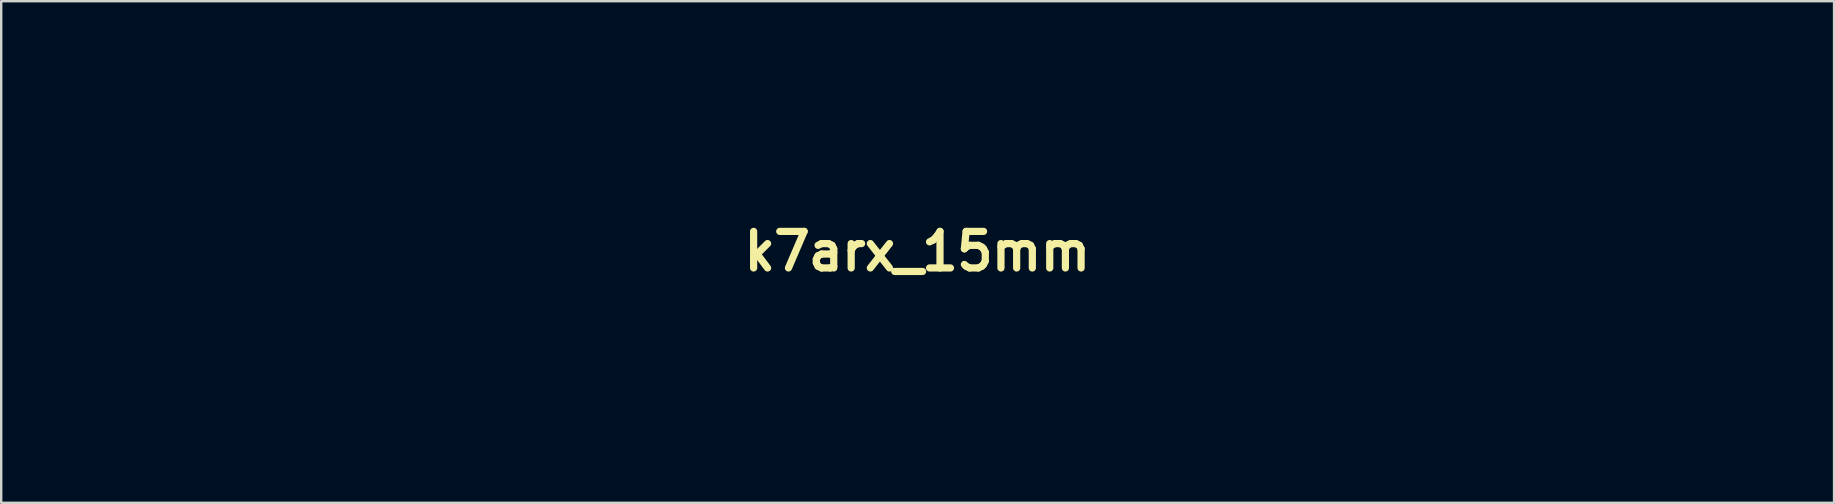
<source format=kicad_pcb>
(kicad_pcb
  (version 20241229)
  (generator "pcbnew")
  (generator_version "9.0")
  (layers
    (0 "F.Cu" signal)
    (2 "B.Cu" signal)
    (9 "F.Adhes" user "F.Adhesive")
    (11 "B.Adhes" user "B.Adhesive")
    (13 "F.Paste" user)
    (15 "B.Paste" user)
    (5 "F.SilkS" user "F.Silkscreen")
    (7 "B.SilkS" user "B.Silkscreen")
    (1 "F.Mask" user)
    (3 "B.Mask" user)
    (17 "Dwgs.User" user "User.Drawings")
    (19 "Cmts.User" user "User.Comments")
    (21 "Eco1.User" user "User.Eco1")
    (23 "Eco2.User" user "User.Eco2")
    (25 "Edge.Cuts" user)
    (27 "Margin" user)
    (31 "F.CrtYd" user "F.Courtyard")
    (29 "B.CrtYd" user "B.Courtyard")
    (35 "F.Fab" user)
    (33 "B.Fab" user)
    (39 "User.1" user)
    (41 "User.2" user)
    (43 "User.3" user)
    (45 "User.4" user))
  (footprint "k7arx_15mm"
    (layer "F.Cu")
    (at 35.171 7.425)
    (property "Reference" "k7arx_15mm" (at 0 0 0) (layer "F.SilkS") (effects (font (size 1.524 1.524) (thickness 0.3))))
    (attr through_hole)
    (fp_poly (pts (xy -19.248 -7.29) (xy -19.189 -7.286) (xy -19.106 -7.28) (xy -19.004 -7.273) (xy -18.887 -7.263) (xy -18.757 -7.252) (xy -18.619 -7.24) (xy -18.527 -7.232) (xy -18.241 -7.207) (xy -17.975 -7.185) (xy -17.727 -7.165) (xy -17.493 -7.148) (xy -17.268 -7.134) (xy -17.049 -7.121) (xy -16.832 -7.111) (xy -16.614 -7.102) (xy -16.39 -7.095) (xy -16.158 -7.089) (xy -15.912 -7.085) (xy -15.65 -7.083) (xy -15.367 -7.081) (xy -15.06 -7.08) (xy -14.883 -7.08) (xy -14.524 -7.081) (xy -14.191 -7.083) (xy -13.881 -7.086) (xy -13.59 -7.09) (xy -13.314 -7.096) (xy -13.05 -7.104) (xy -12.793 -7.113) (xy -12.54 -7.124) (xy -12.287 -7.137) (xy -12.032 -7.153) (xy -11.768 -7.17) (xy -11.525 -7.188) (xy -11.392 -7.197) (xy -11.268 -7.206) (xy -11.155 -7.213) (xy -11.058 -7.218) (xy -10.98 -7.222) (xy -10.923 -7.224) (xy -10.892 -7.223) (xy -10.887 -7.223) (xy -10.83 -7.192) (xy -10.767 -7.135) (xy -10.7 -7.055) (xy -10.632 -6.953) (xy -10.566 -6.833) (xy -10.559 -6.819) (xy -10.514 -6.724) (xy -10.469 -6.615) (xy -10.425 -6.498) (xy -10.384 -6.378) (xy -10.347 -6.261) (xy -10.316 -6.152) (xy -10.293 -6.055) (xy -10.28 -5.978) (xy -10.277 -5.937) (xy -10.281 -5.894) (xy -10.295 -5.85) (xy -10.321 -5.802) (xy -10.362 -5.745) (xy -10.421 -5.677) (xy -10.498 -5.592) (xy -10.512 -5.578) (xy -10.665 -5.415) (xy -10.802 -5.267) (xy -10.928 -5.128) (xy -11.048 -4.992) (xy -11.155 -4.868) (xy -11.585 -4.348) (xy -11.995 -3.809) (xy -12.386 -3.255) (xy -12.755 -2.686) (xy -13.102 -2.105) (xy -13.425 -1.515) (xy -13.723 -0.919) (xy -13.995 -0.317) (xy -14.239 0.288) (xy -14.392 0.713) (xy -14.559 1.22) (xy -14.704 1.719) (xy -14.828 2.216) (xy -14.935 2.716) (xy -15.024 3.226) (xy -15.096 3.751) (xy -15.148 4.231) (xy -15.155 4.318) (xy -15.16 4.428) (xy -15.165 4.558) (xy -15.169 4.702) (xy -15.173 4.857) (xy -15.175 5.019) (xy -15.176 5.184) (xy -15.176 5.349) (xy -15.176 5.508) (xy -15.174 5.658) (xy -15.172 5.796) (xy -15.168 5.916) (xy -15.164 6.016) (xy -15.158 6.09) (xy -15.156 6.106) (xy -15.137 6.241) (xy -15.113 6.386) (xy -15.085 6.532) (xy -15.055 6.673) (xy -15.024 6.799) (xy -14.994 6.903) (xy -14.993 6.905) (xy -14.961 7.018) (xy -14.94 7.121) (xy -14.932 7.186) (xy -14.93 7.247) (xy -14.932 7.288) (xy -14.941 7.318) (xy -14.959 7.349) (xy -14.96 7.351) (xy -14.998 7.393) (xy -15.042 7.43) (xy -15.048 7.433) (xy -15.057 7.438) (xy -15.067 7.443) (xy -15.08 7.447) (xy -15.098 7.45) (xy -15.122 7.453) (xy -15.155 7.456) (xy -15.197 7.458) (xy -15.252 7.459) (xy -15.32 7.461) (xy -15.404 7.462) (xy -15.505 7.463) (xy -15.625 7.464) (xy -15.766 7.465) (xy -15.929 7.465) (xy -16.118 7.466) (xy -16.332 7.466) (xy -16.575 7.466) (xy -16.586 7.466) (xy -16.795 7.467) (xy -16.997 7.467) (xy -17.189 7.466) (xy -17.368 7.466) (xy -17.534 7.465) (xy -17.683 7.464) (xy -17.814 7.463) (xy -17.924 7.462) (xy -18.011 7.461) (xy -18.074 7.46) (xy -18.111 7.458) (xy -18.118 7.457) (xy -18.19 7.427) (xy -18.258 7.374) (xy -18.313 7.308) (xy -18.347 7.237) (xy -18.348 7.235) (xy -18.356 7.184) (xy -18.361 7.104) (xy -18.363 6.995) (xy -18.361 6.857) (xy -18.356 6.691) (xy -18.348 6.519) (xy -18.304 5.891) (xy -18.231 5.254) (xy -18.129 4.61) (xy -17.999 3.959) (xy -17.841 3.301) (xy -17.655 2.636) (xy -17.44 1.965) (xy -17.198 1.289) (xy -16.928 0.608) (xy -16.63 -0.079) (xy -16.305 -0.77) (xy -15.952 -1.464) (xy -15.821 -1.71) (xy -15.621 -2.075) (xy -15.408 -2.445) (xy -15.188 -2.817) (xy -14.961 -3.185) (xy -14.732 -3.545) (xy -14.504 -3.891) (xy -14.278 -4.22) (xy -14.059 -4.527) (xy -13.999 -4.608) (xy -13.966 -4.655) (xy -13.943 -4.692) (xy -13.933 -4.714) (xy -13.934 -4.717) (xy -13.95 -4.719) (xy -13.994 -4.72) (xy -14.064 -4.721) (xy -14.158 -4.722) (xy -14.273 -4.723) (xy -14.408 -4.724) (xy -14.56 -4.725) (xy -14.728 -4.725) (xy -14.908 -4.726) (xy -15.1 -4.726) (xy -15.301 -4.726) (xy -15.508 -4.726) (xy -15.72 -4.726) (xy -15.935 -4.726) (xy -16.151 -4.725) (xy -16.365 -4.725) (xy -16.575 -4.724) (xy -16.779 -4.723) (xy -16.976 -4.722) (xy -17.162 -4.721) (xy -17.337 -4.72) (xy -17.497 -4.719) (xy -17.641 -4.718) (xy -17.767 -4.716) (xy -17.872 -4.715) (xy -17.954 -4.713) (xy -18.012 -4.712) (xy -18.034 -4.711) (xy -18.385 -4.68) (xy -18.716 -4.63) (xy -19.03 -4.561) (xy -19.331 -4.472) (xy -19.463 -4.426) (xy -19.529 -4.399) (xy -19.615 -4.363) (xy -19.714 -4.32) (xy -19.817 -4.273) (xy -19.919 -4.226) (xy -19.931 -4.22) (xy -20.06 -4.159) (xy -20.165 -4.111) (xy -20.249 -4.074) (xy -20.318 -4.046) (xy -20.373 -4.027) (xy -20.419 -4.014) (xy -20.459 -4.008) (xy -20.496 -4.006) (xy -20.5 -4.006) (xy -20.61 -4.016) (xy -20.706 -4.047) (xy -20.784 -4.094) (xy -20.842 -4.157) (xy -20.876 -4.233) (xy -20.884 -4.3) (xy -20.877 -4.384) (xy -20.856 -4.49) (xy -20.823 -4.618) (xy -20.779 -4.762) (xy -20.725 -4.921) (xy -20.663 -5.092) (xy -20.593 -5.272) (xy -20.517 -5.458) (xy -20.436 -5.647) (xy -20.351 -5.837) (xy -20.264 -6.023) (xy -20.175 -6.204) (xy -20.086 -6.377) (xy -19.998 -6.539) (xy -19.913 -6.686) (xy -19.831 -6.816) (xy -19.819 -6.834) (xy -19.728 -6.965) (xy -19.647 -7.07) (xy -19.574 -7.152) (xy -19.505 -7.213) (xy -19.439 -7.255) (xy -19.374 -7.28) (xy -19.305 -7.291) (xy -19.282 -7.291) (xy -19.248 -7.29)) (stroke (width 0.01) (type solid)) (fill yes) (layer "F.Mask"))
    (fp_poly (pts (xy -33.488 -7.179) (xy -33.308 -7.179) (xy -33.152 -7.178) (xy -33.021 -7.178) (xy -32.911 -7.177) (xy -32.819 -7.176) (xy -32.745 -7.174) (xy -32.685 -7.172) (xy -32.638 -7.17) (xy -32.601 -7.167) (xy -32.572 -7.163) (xy -32.55 -7.159) (xy -32.531 -7.155) (xy -32.524 -7.153) (xy -32.423 -7.109) (xy -32.342 -7.047) (xy -32.277 -6.962) (xy -32.256 -6.925) (xy -32.204 -6.822) (xy -32.206 -6.618) (xy -32.208 -6.526) (xy -32.213 -6.417) (xy -32.22 -6.302) (xy -32.229 -6.194) (xy -32.232 -6.166) (xy -32.248 -5.991) (xy -32.263 -5.801) (xy -32.278 -5.595) (xy -32.292 -5.371) (xy -32.306 -5.126) (xy -32.32 -4.859) (xy -32.333 -4.567) (xy -32.347 -4.248) (xy -32.354 -4.073) (xy -32.358 -3.961) (xy -32.362 -3.829) (xy -32.367 -3.68) (xy -32.371 -3.518) (xy -32.375 -3.345) (xy -32.379 -3.164) (xy -32.383 -2.977) (xy -32.386 -2.787) (xy -32.39 -2.597) (xy -32.393 -2.409) (xy -32.396 -2.226) (xy -32.398 -2.05) (xy -32.4 -1.885) (xy -32.402 -1.734) (xy -32.403 -1.597) (xy -32.403 -1.48) (xy -32.403 -1.383) (xy -32.402 -1.31) (xy -32.401 -1.264) (xy -32.4 -1.255) (xy -32.384 -1.157) (xy -32.354 -1.086) (xy -32.311 -1.043) (xy -32.256 -1.026) (xy -32.189 -1.036) (xy -32.109 -1.074) (xy -32.017 -1.138) (xy -32.016 -1.139) (xy -31.971 -1.177) (xy -31.906 -1.232) (xy -31.826 -1.301) (xy -31.733 -1.382) (xy -31.632 -1.47) (xy -31.526 -1.564) (xy -31.418 -1.661) (xy -31.311 -1.756) (xy -31.208 -1.848) (xy -31.114 -1.934) (xy -31.064 -1.98) (xy -30.829 -2.197) (xy -30.599 -2.411) (xy -30.374 -2.625) (xy -30.151 -2.839) (xy -29.929 -3.056) (xy -29.706 -3.276) (xy -29.48 -3.503) (xy -29.251 -3.737) (xy -29.015 -3.981) (xy -28.772 -4.235) (xy -28.52 -4.503) (xy -28.257 -4.784) (xy -27.982 -5.082) (xy -27.692 -5.397) (xy -27.387 -5.732) (xy -27.065 -6.088) (xy -27.035 -6.121) (xy -26.883 -6.289) (xy -26.749 -6.436) (xy -26.632 -6.563) (xy -26.529 -6.673) (xy -26.439 -6.766) (xy -26.36 -6.845) (xy -26.29 -6.91) (xy -26.228 -6.963) (xy -26.172 -7.006) (xy -26.12 -7.04) (xy -26.069 -7.068) (xy -26.02 -7.089) (xy -25.969 -7.106) (xy -25.915 -7.121) (xy -25.863 -7.133) (xy -25.842 -7.137) (xy -25.817 -7.141) (xy -25.786 -7.144) (xy -25.748 -7.147) (xy -25.7 -7.149) (xy -25.641 -7.151) (xy -25.568 -7.152) (xy -25.481 -7.153) (xy -25.376 -7.154) (xy -25.253 -7.154) (xy -25.108 -7.155) (xy -24.941 -7.155) (xy -24.749 -7.154) (xy -24.53 -7.154) (xy -24.327 -7.153) (xy -24.088 -7.152) (xy -23.877 -7.152) (xy -23.692 -7.151) (xy -23.531 -7.15) (xy -23.394 -7.149) (xy -23.277 -7.148) (xy -23.179 -7.147) (xy -23.098 -7.145) (xy -23.033 -7.144) (xy -22.981 -7.142) (xy -22.941 -7.139) (xy -22.91 -7.137) (xy -22.888 -7.133) (xy -22.872 -7.13) (xy -22.86 -7.126) (xy -22.853 -7.122) (xy -22.795 -7.075) (xy -22.759 -7.01) (xy -22.745 -6.934) (xy -22.755 -6.852) (xy -22.768 -6.815) (xy -22.784 -6.778) (xy -22.805 -6.741) (xy -22.833 -6.701) (xy -22.868 -6.657) (xy -22.914 -6.605) (xy -22.972 -6.545) (xy -23.045 -6.473) (xy -23.134 -6.387) (xy -23.241 -6.286) (xy -23.367 -6.169) (xy -23.764 -5.8) (xy -24.14 -5.45) (xy -24.498 -5.116) (xy -24.838 -4.796) (xy -25.164 -4.49) (xy -25.476 -4.195) (xy -25.776 -3.909) (xy -26.067 -3.631) (xy -26.35 -3.359) (xy -26.627 -3.091) (xy -26.899 -2.826) (xy -27.17 -2.561) (xy -27.439 -2.295) (xy -27.71 -2.027) (xy -27.984 -1.755) (xy -28.042 -1.696) (xy -28.182 -1.556) (xy -28.317 -1.421) (xy -28.445 -1.291) (xy -28.565 -1.17) (xy -28.675 -1.058) (xy -28.773 -0.958) (xy -28.858 -0.87) (xy -28.928 -0.798) (xy -28.981 -0.741) (xy -29.016 -0.703) (xy -29.029 -0.688) (xy -29.079 -0.615) (xy -29.106 -0.555) (xy -29.11 -0.501) (xy -29.091 -0.446) (xy -29.049 -0.384) (xy -29.019 -0.347) (xy -28.993 -0.316) (xy -28.95 -0.266) (xy -28.893 -0.2) (xy -28.825 -0.12) (xy -28.749 -0.03) (xy -28.667 0.067) (xy -28.591 0.156) (xy -28.35 0.441) (xy -28.113 0.718) (xy -27.883 0.988) (xy -27.661 1.248) (xy -27.447 1.497) (xy -27.244 1.733) (xy -27.051 1.955) (xy -26.872 2.162) (xy -26.706 2.352) (xy -26.556 2.524) (xy -26.421 2.676) (xy -26.305 2.806) (xy -26.286 2.828) (xy -25.863 3.291) (xy -25.453 3.728) (xy -25.053 4.141) (xy -24.662 4.531) (xy -24.279 4.9) (xy -23.902 5.249) (xy -23.529 5.579) (xy -23.161 5.891) (xy -22.857 6.137) (xy -22.81 6.175) (xy -22.745 6.226) (xy -22.67 6.286) (xy -22.591 6.349) (xy -22.534 6.395) (xy -22.411 6.496) (xy -22.301 6.594) (xy -22.206 6.686) (xy -22.13 6.77) (xy -22.075 6.842) (xy -22.062 6.862) (xy -22.017 6.961) (xy -21.993 7.064) (xy -21.992 7.163) (xy -21.994 7.178) (xy -22.017 7.27) (xy -22.056 7.342) (xy -22.114 7.399) (xy -22.174 7.436) (xy -22.184 7.44) (xy -22.195 7.444) (xy -22.21 7.448) (xy -22.231 7.451) (xy -22.259 7.453) (xy -22.296 7.456) (xy -22.344 7.458) (xy -22.404 7.46) (xy -22.478 7.461) (xy -22.568 7.462) (xy -22.675 7.463) (xy -22.801 7.464) (xy -22.949 7.465) (xy -23.118 7.466) (xy -23.312 7.467) (xy -23.532 7.467) (xy -23.78 7.468) (xy -23.892 7.468) (xy -24.196 7.469) (xy -24.47 7.469) (xy -24.715 7.469) (xy -24.931 7.469) (xy -25.119 7.468) (xy -25.278 7.467) (xy -25.41 7.465) (xy -25.515 7.463) (xy -25.592 7.461) (xy -25.643 7.458) (xy -25.662 7.456) (xy -25.738 7.439) (xy -25.82 7.412) (xy -25.874 7.389) (xy -25.943 7.349) (xy -26.016 7.292) (xy -26.095 7.217) (xy -26.181 7.122) (xy -26.278 7.003) (xy -26.345 6.916) (xy -26.544 6.653) (xy -26.748 6.389) (xy -26.958 6.121) (xy -27.176 5.847) (xy -27.402 5.568) (xy -27.637 5.28) (xy -27.883 4.983) (xy -28.141 4.676) (xy -28.412 4.357) (xy -28.698 4.024) (xy -28.998 3.677) (xy -29.316 3.313) (xy -29.651 2.933) (xy -30.005 2.533) (xy -30.323 2.175) (xy -30.465 2.016) (xy -30.589 1.878) (xy -30.696 1.759) (xy -30.789 1.657) (xy -30.867 1.572) (xy -30.934 1.501) (xy -30.99 1.442) (xy -31.037 1.395) (xy -31.077 1.357) (xy -31.111 1.328) (xy -31.141 1.304) (xy -31.168 1.285) (xy -31.168 1.285) (xy -31.203 1.264) (xy -31.234 1.25) (xy -31.265 1.247) (xy -31.299 1.254) (xy -31.341 1.274) (xy -31.393 1.309) (xy -31.459 1.359) (xy -31.542 1.426) (xy -31.597 1.47) (xy -31.754 1.601) (xy -31.889 1.717) (xy -32.003 1.819) (xy -32.099 1.911) (xy -32.177 1.994) (xy -32.24 2.072) (xy -32.289 2.146) (xy -32.327 2.218) (xy -32.355 2.291) (xy -32.375 2.367) (xy -32.389 2.449) (xy -32.394 2.49) (xy -32.397 2.548) (xy -32.399 2.633) (xy -32.399 2.743) (xy -32.397 2.876) (xy -32.394 3.031) (xy -32.39 3.204) (xy -32.384 3.394) (xy -32.377 3.598) (xy -32.368 3.813) (xy -32.359 4.039) (xy -32.349 4.271) (xy -32.337 4.51) (xy -32.325 4.75) (xy -32.312 4.992) (xy -32.299 5.232) (xy -32.285 5.468) (xy -32.27 5.699) (xy -32.264 5.799) (xy -32.249 6.025) (xy -32.236 6.224) (xy -32.225 6.396) (xy -32.216 6.546) (xy -32.21 6.673) (xy -32.206 6.782) (xy -32.204 6.873) (xy -32.204 6.949) (xy -32.206 7.012) (xy -32.211 7.064) (xy -32.217 7.107) (xy -32.226 7.144) (xy -32.238 7.176) (xy -32.252 7.205) (xy -32.268 7.234) (xy -32.276 7.248) (xy -32.336 7.322) (xy -32.419 7.387) (xy -32.517 7.436) (xy -32.541 7.445) (xy -32.565 7.448) (xy -32.616 7.451) (xy -32.691 7.454) (xy -32.787 7.456) (xy -32.901 7.458) (xy -33.03 7.46) (xy -33.172 7.462) (xy -33.322 7.464) (xy -33.479 7.465) (xy -33.639 7.466) (xy -33.799 7.467) (xy -33.957 7.467) (xy -34.109 7.467) (xy -34.252 7.467) (xy -34.383 7.466) (xy -34.5 7.465) (xy -34.599 7.463) (xy -34.678 7.461) (xy -34.733 7.459) (xy -34.758 7.457) (xy -34.875 7.425) (xy -34.977 7.369) (xy -35.061 7.292) (xy -35.123 7.194) (xy -35.139 7.158) (xy -35.149 7.128) (xy -35.157 7.099) (xy -35.162 7.066) (xy -35.165 7.025) (xy -35.166 6.97) (xy -35.165 6.897) (xy -35.163 6.8) (xy -35.162 6.766) (xy -35.158 6.65) (xy -35.152 6.516) (xy -35.145 6.374) (xy -35.137 6.236) (xy -35.13 6.121) (xy -35.115 5.878) (xy -35.1 5.608) (xy -35.084 5.314) (xy -35.069 5.001) (xy -35.055 4.67) (xy -35.041 4.325) (xy -35.027 3.97) (xy -35.014 3.608) (xy -35.002 3.242) (xy -34.991 2.874) (xy -34.981 2.51) (xy -34.972 2.151) (xy -34.964 1.801) (xy -34.958 1.463) (xy -34.956 1.313) (xy -34.948 0.406) (xy -34.949 -0.522) (xy -34.96 -1.467) (xy -34.98 -2.422) (xy -35.01 -3.382) (xy -35.049 -4.339) (xy -35.096 -5.288) (xy -35.131 -5.881) (xy -35.139 -6.023) (xy -35.147 -6.162) (xy -35.153 -6.294) (xy -35.158 -6.415) (xy -35.162 -6.52) (xy -35.164 -6.605) (xy -35.164 -6.665) (xy -35.164 -6.676) (xy -35.16 -6.755) (xy -35.155 -6.812) (xy -35.147 -6.855) (xy -35.135 -6.891) (xy -35.119 -6.925) (xy -35.053 -7.019) (xy -34.965 -7.095) (xy -34.873 -7.143) (xy -34.784 -7.179) (xy -33.697 -7.179) (xy -33.488 -7.179)) (stroke (width 0.01) (type solid)) (fill yes) (layer "F.Mask"))
    (fp_poly (pts (xy 11.273 -7.187) (xy 11.541 -7.187) (xy 11.803 -7.186) (xy 12.06 -7.186) (xy 12.309 -7.185) (xy 12.548 -7.185) (xy 12.776 -7.184) (xy 12.991 -7.183) (xy 13.191 -7.182) (xy 13.375 -7.181) (xy 13.54 -7.179) (xy 13.686 -7.178) (xy 13.81 -7.176) (xy 13.911 -7.175) (xy 13.986 -7.173) (xy 14.029 -7.171) (xy 14.298 -7.156) (xy 14.544 -7.138) (xy 14.771 -7.116) (xy 14.985 -7.091) (xy 15.193 -7.06) (xy 15.401 -7.024) (xy 15.461 -7.012) (xy 15.844 -6.927) (xy 16.204 -6.823) (xy 16.541 -6.702) (xy 16.853 -6.563) (xy 17.141 -6.407) (xy 17.405 -6.233) (xy 17.645 -6.041) (xy 17.86 -5.832) (xy 18.051 -5.605) (xy 18.218 -5.361) (xy 18.361 -5.1) (xy 18.406 -5.003) (xy 18.493 -4.779) (xy 18.569 -4.539) (xy 18.628 -4.293) (xy 18.655 -4.148) (xy 18.675 -4.019) (xy 18.69 -3.909) (xy 18.701 -3.809) (xy 18.708 -3.712) (xy 18.713 -3.608) (xy 18.715 -3.489) (xy 18.715 -3.368) (xy 18.709 -3.106) (xy 18.691 -2.864) (xy 18.659 -2.637) (xy 18.613 -2.417) (xy 18.552 -2.197) (xy 18.541 -2.16) (xy 18.43 -1.858) (xy 18.293 -1.565) (xy 18.13 -1.278) (xy 17.941 -0.998) (xy 17.723 -0.722) (xy 17.476 -0.449) (xy 17.389 -0.36) (xy 17.223 -0.199) (xy 17.052 -0.043) (xy 16.873 0.112) (xy 16.683 0.267) (xy 16.479 0.425) (xy 16.258 0.588) (xy 16.018 0.758) (xy 15.754 0.938) (xy 15.621 1.027) (xy 15.525 1.091) (xy 15.436 1.151) (xy 15.359 1.205) (xy 15.295 1.251) (xy 15.249 1.285) (xy 15.224 1.306) (xy 15.221 1.31) (xy 15.2 1.363) (xy 15.201 1.429) (xy 15.222 1.499) (xy 15.239 1.532) (xy 15.25 1.549) (xy 15.265 1.571) (xy 15.285 1.601) (xy 15.313 1.64) (xy 15.348 1.688) (xy 15.391 1.748) (xy 15.444 1.82) (xy 15.508 1.907) (xy 15.583 2.008) (xy 15.67 2.126) (xy 15.771 2.262) (xy 15.886 2.416) (xy 16.016 2.592) (xy 16.163 2.789) (xy 16.286 2.954) (xy 16.453 3.177) (xy 16.605 3.379) (xy 16.745 3.562) (xy 16.875 3.731) (xy 16.997 3.888) (xy 17.116 4.036) (xy 17.232 4.18) (xy 17.349 4.321) (xy 17.468 4.463) (xy 17.593 4.609) (xy 17.633 4.655) (xy 17.792 4.837) (xy 17.964 5.029) (xy 18.145 5.227) (xy 18.332 5.427) (xy 18.522 5.626) (xy 18.711 5.82) (xy 18.895 6.007) (xy 19.072 6.182) (xy 19.238 6.342) (xy 19.389 6.483) (xy 19.441 6.531) (xy 19.556 6.639) (xy 19.652 6.742) (xy 19.729 6.836) (xy 19.785 6.921) (xy 19.817 6.992) (xy 19.818 6.997) (xy 19.83 7.064) (xy 19.831 7.14) (xy 19.83 7.154) (xy 19.809 7.258) (xy 19.766 7.341) (xy 19.701 7.403) (xy 19.614 7.445) (xy 19.571 7.456) (xy 19.544 7.459) (xy 19.491 7.462) (xy 19.413 7.464) (xy 19.309 7.466) (xy 19.177 7.467) (xy 19.019 7.468) (xy 18.833 7.469) (xy 18.618 7.469) (xy 18.375 7.469) (xy 18.102 7.469) (xy 17.943 7.468) (xy 16.391 7.464) (xy 16.302 7.43) (xy 16.198 7.385) (xy 16.112 7.333) (xy 16.031 7.266) (xy 16.011 7.247) (xy 15.977 7.212) (xy 15.944 7.178) (xy 15.911 7.141) (xy 15.876 7.099) (xy 15.839 7.051) (xy 15.796 6.995) (xy 15.747 6.927) (xy 15.691 6.847) (xy 15.625 6.751) (xy 15.548 6.638) (xy 15.458 6.506) (xy 15.355 6.352) (xy 15.28 6.241) (xy 15.042 5.888) (xy 14.816 5.557) (xy 14.598 5.242) (xy 14.386 4.94) (xy 14.176 4.647) (xy 13.966 4.357) (xy 13.751 4.067) (xy 13.529 3.771) (xy 13.297 3.466) (xy 13.051 3.147) (xy 12.998 3.079) (xy 12.887 2.939) (xy 12.792 2.823) (xy 12.709 2.728) (xy 12.637 2.654) (xy 12.574 2.598) (xy 12.518 2.558) (xy 12.468 2.533) (xy 12.421 2.522) (xy 12.399 2.52) (xy 12.36 2.525) (xy 12.296 2.538) (xy 12.211 2.559) (xy 12.108 2.586) (xy 11.991 2.618) (xy 11.864 2.655) (xy 11.729 2.695) (xy 11.591 2.737) (xy 11.453 2.781) (xy 11.318 2.825) (xy 11.239 2.852) (xy 11.172 2.875) (xy 11.115 2.893) (xy 11.074 2.906) (xy 11.056 2.911) (xy 11.053 2.896) (xy 11.051 2.853) (xy 11.049 2.784) (xy 11.048 2.691) (xy 11.046 2.576) (xy 11.045 2.441) (xy 11.044 2.287) (xy 11.043 2.116) (xy 11.042 1.932) (xy 11.042 1.735) (xy 11.042 0.559) (xy 11.308 0.473) (xy 11.726 0.331) (xy 12.135 0.178) (xy 12.533 0.016) (xy 12.914 -0.154) (xy 13.275 -0.33) (xy 13.611 -0.509) (xy 13.66 -0.537) (xy 14.01 -0.747) (xy 14.333 -0.963) (xy 14.628 -1.184) (xy 14.894 -1.411) (xy 15.132 -1.642) (xy 15.342 -1.878) (xy 15.522 -2.118) (xy 15.673 -2.362) (xy 15.775 -2.566) (xy 15.862 -2.787) (xy 15.923 -3.006) (xy 15.96 -3.223) (xy 15.971 -3.435) (xy 15.957 -3.639) (xy 15.918 -3.834) (xy 15.856 -4.017) (xy 15.768 -4.187) (xy 15.657 -4.342) (xy 15.615 -4.39) (xy 15.472 -4.521) (xy 15.305 -4.638) (xy 15.117 -4.737) (xy 14.909 -4.819) (xy 14.685 -4.881) (xy 14.644 -4.89) (xy 14.589 -4.901) (xy 14.538 -4.911) (xy 14.487 -4.92) (xy 14.435 -4.928) (xy 14.38 -4.935) (xy 14.319 -4.941) (xy 14.253 -4.946) (xy 14.178 -4.95) (xy 14.092 -4.954) (xy 13.994 -4.957) (xy 13.882 -4.959) (xy 13.755 -4.961) (xy 13.609 -4.963) (xy 13.444 -4.964) (xy 13.258 -4.965) (xy 13.049 -4.965) (xy 12.814 -4.966) (xy 12.553 -4.966) (xy 12.346 -4.966) (xy 12.073 -4.966) (xy 11.828 -4.966) (xy 11.61 -4.966) (xy 11.417 -4.966) (xy 11.247 -4.965) (xy 11.099 -4.964) (xy 10.971 -4.963) (xy 10.862 -4.961) (xy 10.77 -4.959) (xy 10.693 -4.955) (xy 10.629 -4.951) (xy 10.578 -4.947) (xy 10.537 -4.941) (xy 10.505 -4.934) (xy 10.479 -4.926) (xy 10.46 -4.917) (xy 10.443 -4.906) (xy 10.43 -4.894) (xy 10.416 -4.881) (xy 10.402 -4.866) (xy 10.399 -4.863) (xy 10.389 -4.854) (xy 10.38 -4.847) (xy 10.372 -4.841) (xy 10.364 -4.835) (xy 10.357 -4.827) (xy 10.351 -4.817) (xy 10.344 -4.804) (xy 10.339 -4.787) (xy 10.334 -4.764) (xy 10.329 -4.735) (xy 10.325 -4.699) (xy 10.321 -4.654) (xy 10.318 -4.601) (xy 10.315 -4.537) (xy 10.312 -4.461) (xy 10.31 -4.374) (xy 10.308 -4.273) (xy 10.306 -4.158) (xy 10.304 -4.027) (xy 10.303 -3.881) (xy 10.302 -3.717) (xy 10.301 -3.534) (xy 10.301 -3.333) (xy 10.3 -3.111) (xy 10.3 -2.867) (xy 10.3 -2.602) (xy 10.299 -2.313) (xy 10.299 -2) (xy 10.299 -1.661) (xy 10.299 -1.296) (xy 10.299 -0.904) (xy 10.3 -0.484) (xy 10.3 -0.188) (xy 10.3 0.263) (xy 10.3 0.684) (xy 10.3 1.078) (xy 10.3 1.446) (xy 10.3 1.789) (xy 10.3 2.109) (xy 10.3 2.406) (xy 10.301 2.682) (xy 10.302 2.939) (xy 10.302 3.177) (xy 10.303 3.398) (xy 10.305 3.603) (xy 10.306 3.794) (xy 10.308 3.971) (xy 10.31 4.137) (xy 10.312 4.291) (xy 10.314 4.437) (xy 10.317 4.574) (xy 10.321 4.705) (xy 10.324 4.829) (xy 10.328 4.95) (xy 10.332 5.068) (xy 10.337 5.184) (xy 10.343 5.3) (xy 10.348 5.416) (xy 10.354 5.535) (xy 10.361 5.657) (xy 10.368 5.784) (xy 10.376 5.918) (xy 10.384 6.058) (xy 10.393 6.207) (xy 10.398 6.294) (xy 10.409 6.469) (xy 10.416 6.618) (xy 10.421 6.743) (xy 10.424 6.846) (xy 10.424 6.932) (xy 10.421 7.002) (xy 10.415 7.06) (xy 10.406 7.109) (xy 10.394 7.151) (xy 10.379 7.19) (xy 10.375 7.199) (xy 10.322 7.29) (xy 10.251 7.361) (xy 10.158 7.416) (xy 10.13 7.428) (xy 10.044 7.464) (xy 8.897 7.466) (xy 8.712 7.466) (xy 8.534 7.466) (xy 8.366 7.466) (xy 8.211 7.465) (xy 8.07 7.464) (xy 7.946 7.463) (xy 7.843 7.462) (xy 7.761 7.461) (xy 7.705 7.459) (xy 7.675 7.457) (xy 7.674 7.457) (xy 7.557 7.427) (xy 7.456 7.375) (xy 7.374 7.304) (xy 7.314 7.216) (xy 7.286 7.145) (xy 7.277 7.109) (xy 7.271 7.068) (xy 7.266 7.021) (xy 7.263 6.963) (xy 7.263 6.892) (xy 7.265 6.805) (xy 7.268 6.699) (xy 7.275 6.572) (xy 7.283 6.42) (xy 7.291 6.274) (xy 7.319 5.784) (xy 7.345 5.32) (xy 7.368 4.878) (xy 7.388 4.454) (xy 7.405 4.045) (xy 7.421 3.647) (xy 7.433 3.256) (xy 7.444 2.867) (xy 7.453 2.478) (xy 7.46 2.084) (xy 7.465 1.682) (xy 7.468 1.267) (xy 7.469 0.837) (xy 7.469 0.386) (xy 7.467 -0.089) (xy 7.467 -0.218) (xy 7.465 -0.57) (xy 7.462 -0.896) (xy 7.459 -1.199) (xy 7.456 -1.482) (xy 7.452 -1.749) (xy 7.448 -2.003) (xy 7.443 -2.248) (xy 7.437 -2.486) (xy 7.43 -2.722) (xy 7.422 -2.959) (xy 7.412 -3.2) (xy 7.402 -3.448) (xy 7.39 -3.708) (xy 7.377 -3.982) (xy 7.362 -4.274) (xy 7.351 -4.486) (xy 7.337 -4.763) (xy 7.324 -5.011) (xy 7.313 -5.233) (xy 7.303 -5.431) (xy 7.294 -5.607) (xy 7.287 -5.761) (xy 7.281 -5.897) (xy 7.276 -6.016) (xy 7.272 -6.12) (xy 7.268 -6.21) (xy 7.266 -6.29) (xy 7.264 -6.359) (xy 7.264 -6.421) (xy 7.263 -6.478) (xy 7.264 -6.53) (xy 7.265 -6.58) (xy 7.265 -6.584) (xy 7.267 -6.683) (xy 7.27 -6.757) (xy 7.274 -6.812) (xy 7.281 -6.853) (xy 7.289 -6.885) (xy 7.3 -6.914) (xy 7.301 -6.916) (xy 7.361 -7.011) (xy 7.443 -7.085) (xy 7.547 -7.14) (xy 7.648 -7.17) (xy 7.672 -7.171) (xy 7.725 -7.173) (xy 7.804 -7.175) (xy 7.907 -7.177) (xy 8.034 -7.178) (xy 8.182 -7.179) (xy 8.35 -7.181) (xy 8.536 -7.182) (xy 8.738 -7.183) (xy 8.955 -7.184) (xy 9.184 -7.185) (xy 9.424 -7.185) (xy 9.674 -7.186) (xy 9.932 -7.186) (xy 10.195 -7.187) (xy 10.463 -7.187) (xy 10.733 -7.187) (xy 11.004 -7.187) (xy 11.273 -7.187)) (stroke (width 0.01) (type solid)) (fill yes) (layer "F.Mask"))
    (fp_poly (pts (xy 24.276 -7.179) (xy 24.45 -7.179) (xy 24.602 -7.178) (xy 24.732 -7.176) (xy 24.843 -7.174) (xy 24.936 -7.172) (xy 25.015 -7.168) (xy 25.079 -7.163) (xy 25.131 -7.157) (xy 25.173 -7.149) (xy 25.207 -7.14) (xy 25.235 -7.13) (xy 25.257 -7.117) (xy 25.277 -7.103) (xy 25.295 -7.087) (xy 25.314 -7.068) (xy 25.336 -7.047) (xy 25.336 -7.047) (xy 25.362 -7.022) (xy 25.386 -6.996) (xy 25.41 -6.968) (xy 25.437 -6.933) (xy 25.467 -6.89) (xy 25.503 -6.836) (xy 25.546 -6.768) (xy 25.598 -6.684) (xy 25.66 -6.581) (xy 25.735 -6.457) (xy 25.796 -6.356) (xy 25.876 -6.223) (xy 25.945 -6.11) (xy 26.003 -6.013) (xy 26.056 -5.927) (xy 26.105 -5.847) (xy 26.153 -5.768) (xy 26.205 -5.685) (xy 26.262 -5.594) (xy 26.324 -5.495) (xy 26.372 -5.417) (xy 26.419 -5.343) (xy 26.459 -5.278) (xy 26.49 -5.229) (xy 26.502 -5.21) (xy 26.529 -5.167) (xy 26.571 -5.102) (xy 26.626 -5.018) (xy 26.693 -4.916) (xy 26.77 -4.8) (xy 26.854 -4.673) (xy 26.945 -4.536) (xy 27.041 -4.393) (xy 27.139 -4.246) (xy 27.238 -4.098) (xy 27.337 -3.951) (xy 27.433 -3.808) (xy 27.524 -3.672) (xy 27.61 -3.545) (xy 27.688 -3.43) (xy 27.756 -3.329) (xy 27.791 -3.278) (xy 27.868 -3.167) (xy 27.942 -3.062) (xy 28.01 -2.966) (xy 28.072 -2.882) (xy 28.123 -2.812) (xy 28.163 -2.761) (xy 28.189 -2.731) (xy 28.192 -2.727) (xy 28.247 -2.684) (xy 28.3 -2.661) (xy 28.351 -2.657) (xy 28.405 -2.675) (xy 28.462 -2.716) (xy 28.525 -2.78) (xy 28.596 -2.87) (xy 28.677 -2.986) (xy 28.678 -2.987) (xy 28.722 -3.051) (xy 28.777 -3.132) (xy 28.839 -3.223) (xy 28.903 -3.316) (xy 28.954 -3.39) (xy 29.218 -3.775) (xy 29.466 -4.142) (xy 29.701 -4.495) (xy 29.927 -4.84) (xy 30.146 -5.18) (xy 30.362 -5.521) (xy 30.577 -5.869) (xy 30.796 -6.226) (xy 30.888 -6.38) (xy 30.956 -6.492) (xy 31.021 -6.599) (xy 31.082 -6.698) (xy 31.136 -6.784) (xy 31.181 -6.856) (xy 31.215 -6.908) (xy 31.234 -6.936) (xy 31.318 -7.034) (xy 31.406 -7.105) (xy 31.499 -7.15) (xy 31.503 -7.151) (xy 31.518 -7.155) (xy 31.535 -7.159) (xy 31.556 -7.163) (xy 31.582 -7.166) (xy 31.615 -7.169) (xy 31.657 -7.171) (xy 31.711 -7.173) (xy 31.777 -7.175) (xy 31.858 -7.176) (xy 31.955 -7.177) (xy 32.07 -7.178) (xy 32.206 -7.178) (xy 32.364 -7.179) (xy 32.545 -7.179) (xy 32.753 -7.179) (xy 32.988 -7.179) (xy 33.074 -7.179) (xy 34.559 -7.179) (xy 34.625 -7.141) (xy 34.69 -7.092) (xy 34.729 -7.031) (xy 34.743 -6.955) (xy 34.742 -6.914) (xy 34.738 -6.877) (xy 34.732 -6.841) (xy 34.723 -6.805) (xy 34.709 -6.766) (xy 34.689 -6.723) (xy 34.662 -6.674) (xy 34.626 -6.617) (xy 34.581 -6.55) (xy 34.525 -6.471) (xy 34.457 -6.378) (xy 34.376 -6.27) (xy 34.28 -6.144) (xy 34.168 -5.998) (xy 34.039 -5.831) (xy 34.017 -5.802) (xy 33.909 -5.662) (xy 33.803 -5.525) (xy 33.702 -5.394) (xy 33.608 -5.272) (xy 33.521 -5.16) (xy 33.445 -5.061) (xy 33.381 -4.978) (xy 33.331 -4.913) (xy 33.297 -4.868) (xy 33.29 -4.858) (xy 33.238 -4.79) (xy 33.175 -4.708) (xy 33.109 -4.622) (xy 33.047 -4.54) (xy 33.037 -4.528) (xy 32.93 -4.387) (xy 32.807 -4.225) (xy 32.671 -4.046) (xy 32.525 -3.851) (xy 32.371 -3.646) (xy 32.211 -3.433) (xy 32.048 -3.215) (xy 31.885 -2.995) (xy 31.723 -2.778) (xy 31.565 -2.566) (xy 31.414 -2.361) (xy 31.272 -2.169) (xy 31.142 -1.992) (xy 31.025 -1.832) (xy 31.018 -1.823) (xy 30.952 -1.732) (xy 30.885 -1.64) (xy 30.822 -1.554) (xy 30.766 -1.477) (xy 30.722 -1.418) (xy 30.711 -1.403) (xy 30.665 -1.34) (xy 30.608 -1.262) (xy 30.546 -1.177) (xy 30.486 -1.094) (xy 30.471 -1.073) (xy 30.418 -0.999) (xy 30.367 -0.928) (xy 30.321 -0.865) (xy 30.286 -0.817) (xy 30.276 -0.803) (xy 30.157 -0.641) (xy 30.058 -0.502) (xy 29.977 -0.386) (xy 29.914 -0.294) (xy 29.871 -0.224) (xy 29.846 -0.178) (xy 29.84 -0.163) (xy 29.833 -0.118) (xy 29.835 -0.071) (xy 29.85 -0.018) (xy 29.879 0.043) (xy 29.922 0.117) (xy 29.983 0.208) (xy 30.032 0.278) (xy 30.089 0.356) (xy 30.158 0.452) (xy 30.234 0.559) (xy 30.313 0.669) (xy 30.39 0.776) (xy 30.426 0.825) (xy 30.683 1.182) (xy 30.948 1.547) (xy 31.219 1.918) (xy 31.494 2.291) (xy 31.771 2.663) (xy 32.046 3.032) (xy 32.318 3.394) (xy 32.585 3.745) (xy 32.844 4.084) (xy 33.093 4.407) (xy 33.329 4.711) (xy 33.523 4.958) (xy 33.712 5.197) (xy 33.904 5.438) (xy 34.095 5.676) (xy 34.282 5.909) (xy 34.463 6.132) (xy 34.635 6.343) (xy 34.795 6.537) (xy 34.939 6.711) (xy 34.948 6.721) (xy 35.031 6.829) (xy 35.099 6.936) (xy 35.128 6.991) (xy 35.158 7.057) (xy 35.177 7.108) (xy 35.186 7.153) (xy 35.189 7.204) (xy 35.189 7.221) (xy 35.189 7.276) (xy 35.183 7.312) (xy 35.17 7.338) (xy 35.143 7.366) (xy 35.128 7.381) (xy 35.068 7.426) (xy 35 7.452) (xy 34.984 7.455) (xy 34.959 7.459) (xy 34.913 7.461) (xy 34.847 7.464) (xy 34.759 7.465) (xy 34.649 7.467) (xy 34.514 7.468) (xy 34.355 7.469) (xy 34.169 7.469) (xy 33.957 7.469) (xy 33.716 7.469) (xy 33.463 7.468) (xy 32.024 7.464) (xy 31.935 7.428) (xy 31.843 7.378) (xy 31.754 7.305) (xy 31.675 7.216) (xy 31.649 7.179) (xy 31.628 7.145) (xy 31.594 7.09) (xy 31.55 7.018) (xy 31.499 6.935) (xy 31.444 6.844) (xy 31.406 6.78) (xy 31.35 6.688) (xy 31.297 6.601) (xy 31.25 6.524) (xy 31.212 6.461) (xy 31.184 6.416) (xy 31.173 6.398) (xy 31.15 6.362) (xy 31.116 6.308) (xy 31.076 6.243) (xy 31.033 6.174) (xy 31.033 6.174) (xy 30.93 6.009) (xy 30.812 5.824) (xy 30.682 5.622) (xy 30.542 5.408) (xy 30.396 5.186) (xy 30.246 4.959) (xy 30.094 4.732) (xy 29.943 4.509) (xy 29.796 4.294) (xy 29.655 4.091) (xy 29.601 4.013) (xy 29.558 3.952) (xy 29.503 3.872) (xy 29.438 3.78) (xy 29.37 3.682) (xy 29.301 3.584) (xy 29.271 3.541) (xy 29.201 3.441) (xy 29.127 3.336) (xy 29.054 3.231) (xy 28.986 3.136) (xy 28.928 3.055) (xy 28.911 3.031) (xy 28.847 2.94) (xy 28.773 2.837) (xy 28.699 2.733) (xy 28.633 2.64) (xy 28.623 2.626) (xy 28.572 2.555) (xy 28.526 2.492) (xy 28.487 2.441) (xy 28.459 2.407) (xy 28.449 2.395) (xy 28.399 2.369) (xy 28.337 2.359) (xy 28.275 2.368) (xy 28.253 2.377) (xy 28.223 2.4) (xy 28.183 2.441) (xy 28.141 2.492) (xy 28.127 2.512) (xy 28.102 2.547) (xy 28.062 2.604) (xy 28.008 2.679) (xy 27.944 2.77) (xy 27.87 2.874) (xy 27.79 2.988) (xy 27.705 3.109) (xy 27.617 3.234) (xy 27.528 3.359) (xy 27.441 3.483) (xy 27.357 3.602) (xy 27.278 3.713) (xy 27.208 3.814) (xy 27.185 3.846) (xy 26.743 4.484) (xy 26.311 5.127) (xy 25.894 5.769) (xy 25.494 6.405) (xy 25.273 6.766) (xy 25.218 6.857) (xy 25.165 6.945) (xy 25.116 7.025) (xy 25.075 7.092) (xy 25.045 7.14) (xy 25.037 7.151) (xy 24.959 7.255) (xy 24.871 7.342) (xy 24.778 7.406) (xy 24.732 7.428) (xy 24.642 7.464) (xy 23.187 7.466) (xy 22.98 7.467) (xy 22.78 7.467) (xy 22.591 7.466) (xy 22.414 7.466) (xy 22.251 7.465) (xy 22.104 7.465) (xy 21.976 7.464) (xy 21.869 7.462) (xy 21.784 7.461) (xy 21.725 7.46) (xy 21.692 7.458) (xy 21.687 7.458) (xy 21.596 7.424) (xy 21.531 7.373) (xy 21.491 7.307) (xy 21.477 7.226) (xy 21.49 7.13) (xy 21.491 7.126) (xy 21.508 7.068) (xy 21.53 7.011) (xy 21.561 6.952) (xy 21.6 6.887) (xy 21.653 6.813) (xy 21.719 6.726) (xy 21.803 6.623) (xy 21.845 6.571) (xy 22.214 6.123) (xy 22.594 5.653) (xy 22.984 5.163) (xy 23.381 4.658) (xy 23.782 4.14) (xy 24.185 3.614) (xy 24.587 3.082) (xy 24.709 2.918) (xy 24.82 2.77) (xy 24.915 2.642) (xy 25 2.528) (xy 25.076 2.426) (xy 25.147 2.33) (xy 25.217 2.235) (xy 25.288 2.139) (xy 25.364 2.035) (xy 25.449 1.92) (xy 25.545 1.789) (xy 25.609 1.701) (xy 25.668 1.621) (xy 25.73 1.536) (xy 25.789 1.455) (xy 25.839 1.387) (xy 25.85 1.373) (xy 25.899 1.306) (xy 25.958 1.225) (xy 26.019 1.14) (xy 26.072 1.065) (xy 26.13 0.984) (xy 26.198 0.89) (xy 26.266 0.795) (xy 26.326 0.71) (xy 26.431 0.565) (xy 26.52 0.441) (xy 26.594 0.338) (xy 26.655 0.252) (xy 26.703 0.182) (xy 26.741 0.126) (xy 26.77 0.081) (xy 26.792 0.045) (xy 26.807 0.017) (xy 26.817 -0.007) (xy 26.824 -0.028) (xy 26.828 -0.048) (xy 26.831 -0.06) (xy 26.834 -0.11) (xy 26.824 -0.162) (xy 26.799 -0.223) (xy 26.758 -0.295) (xy 26.698 -0.384) (xy 26.675 -0.415) (xy 26.615 -0.498) (xy 26.547 -0.591) (xy 26.48 -0.683) (xy 26.427 -0.756) (xy 26.393 -0.803) (xy 26.344 -0.871) (xy 26.281 -0.957) (xy 26.209 -1.057) (xy 26.128 -1.168) (xy 26.041 -1.287) (xy 25.951 -1.411) (xy 25.86 -1.536) (xy 25.77 -1.659) (xy 25.684 -1.777) (xy 25.604 -1.887) (xy 25.533 -1.985) (xy 25.473 -2.068) (xy 25.425 -2.133) (xy 25.419 -2.141) (xy 25.352 -2.232) (xy 25.271 -2.342) (xy 25.177 -2.47) (xy 25.072 -2.611) (xy 24.958 -2.765) (xy 24.837 -2.927) (xy 24.711 -3.095) (xy 24.583 -3.266) (xy 24.454 -3.438) (xy 24.327 -3.609) (xy 24.202 -3.774) (xy 24.083 -3.933) (xy 23.972 -4.081) (xy 23.87 -4.216) (xy 23.779 -4.336) (xy 23.701 -4.438) (xy 23.639 -4.519) (xy 23.629 -4.533) (xy 23.585 -4.591) (xy 23.527 -4.665) (xy 23.461 -4.751) (xy 23.392 -4.842) (xy 23.324 -4.932) (xy 23.315 -4.943) (xy 23.239 -5.043) (xy 23.153 -5.155) (xy 23.064 -5.27) (xy 22.98 -5.379) (xy 22.917 -5.461) (xy 22.852 -5.545) (xy 22.774 -5.646) (xy 22.688 -5.757) (xy 22.6 -5.872) (xy 22.514 -5.983) (xy 22.459 -6.054) (xy 22.388 -6.147) (xy 22.318 -6.237) (xy 22.253 -6.32) (xy 22.197 -6.392) (xy 22.153 -6.449) (xy 22.124 -6.486) (xy 22.124 -6.487) (xy 22.082 -6.545) (xy 22.036 -6.618) (xy 21.996 -6.691) (xy 21.989 -6.706) (xy 21.958 -6.773) (xy 21.939 -6.823) (xy 21.93 -6.868) (xy 21.927 -6.918) (xy 21.927 -6.931) (xy 21.933 -7.009) (xy 21.953 -7.066) (xy 21.993 -7.109) (xy 22.052 -7.144) (xy 22.122 -7.179) (xy 23.6 -7.179) (xy 23.853 -7.179) (xy 24.078 -7.179) (xy 24.276 -7.179)) (stroke (width 0.01) (type solid)) (fill yes) (layer "F.Mask"))
    (fp_poly (pts (xy -1.859 -7.418) (xy -1.744 -7.415) (xy -1.64 -7.409) (xy -1.556 -7.401) (xy -1.5 -7.392) (xy -1.347 -7.344) (xy -1.21 -7.274) (xy -1.091 -7.184) (xy -0.995 -7.076) (xy -0.96 -7.022) (xy -0.939 -6.983) (xy -0.908 -6.921) (xy -0.869 -6.84) (xy -0.824 -6.745) (xy -0.775 -6.639) (xy -0.724 -6.527) (xy -0.703 -6.48) (xy -0.647 -6.355) (xy -0.589 -6.223) (xy -0.53 -6.091) (xy -0.474 -5.966) (xy -0.424 -5.854) (xy -0.383 -5.762) (xy -0.379 -5.754) (xy -0.336 -5.658) (xy -0.293 -5.562) (xy -0.254 -5.473) (xy -0.22 -5.398) (xy -0.196 -5.342) (xy -0.195 -5.341) (xy -0.163 -5.269) (xy -0.125 -5.184) (xy -0.087 -5.099) (xy -0.071 -5.063) (xy -0.043 -5.002) (xy -0.007 -4.92) (xy 0.036 -4.826) (xy 0.081 -4.725) (xy 0.125 -4.626) (xy 0.128 -4.621) (xy 0.172 -4.522) (xy 0.216 -4.423) (xy 0.259 -4.328) (xy 0.295 -4.247) (xy 0.323 -4.185) (xy 0.324 -4.182) (xy 0.362 -4.099) (xy 0.404 -4.005) (xy 0.444 -3.916) (xy 0.456 -3.89) (xy 0.483 -3.829) (xy 0.519 -3.749) (xy 0.561 -3.655) (xy 0.606 -3.555) (xy 0.65 -3.457) (xy 0.653 -3.451) (xy 0.715 -3.311) (xy 0.77 -3.188) (xy 0.822 -3.072) (xy 0.876 -2.954) (xy 0.934 -2.824) (xy 0.983 -2.716) (xy 1.02 -2.632) (xy 1.063 -2.536) (xy 1.104 -2.446) (xy 1.118 -2.415) (xy 1.155 -2.332) (xy 1.198 -2.236) (xy 1.239 -2.146) (xy 1.253 -2.115) (xy 1.291 -2.031) (xy 1.333 -1.936) (xy 1.374 -1.846) (xy 1.388 -1.815) (xy 1.426 -1.731) (xy 1.468 -1.636) (xy 1.509 -1.546) (xy 1.523 -1.515) (xy 1.561 -1.431) (xy 1.603 -1.336) (xy 1.644 -1.246) (xy 1.658 -1.215) (xy 1.696 -1.131) (xy 1.738 -1.036) (xy 1.779 -0.946) (xy 1.793 -0.915) (xy 1.83 -0.832) (xy 1.872 -0.738) (xy 1.912 -0.65) (xy 1.926 -0.619) (xy 1.951 -0.563) (xy 1.986 -0.486) (xy 2.028 -0.394) (xy 2.074 -0.292) (xy 2.122 -0.186) (xy 2.152 -0.12) (xy 2.2 -0.016) (xy 2.246 0.086) (xy 2.29 0.182) (xy 2.327 0.265) (xy 2.357 0.33) (xy 2.37 0.36) (xy 2.393 0.41) (xy 2.426 0.482) (xy 2.465 0.569) (xy 2.51 0.668) (xy 2.557 0.772) (xy 2.588 0.84) (xy 2.64 0.954) (xy 2.695 1.075) (xy 2.75 1.196) (xy 2.801 1.309) (xy 2.845 1.406) (xy 2.861 1.44) (xy 2.903 1.533) (xy 2.946 1.628) (xy 2.987 1.718) (xy 3.021 1.794) (xy 3.038 1.83) (xy 3.066 1.891) (xy 3.102 1.972) (xy 3.145 2.065) (xy 3.189 2.162) (xy 3.226 2.243) (xy 3.299 2.403) (xy 3.363 2.543) (xy 3.421 2.671) (xy 3.478 2.794) (xy 3.535 2.92) (xy 3.598 3.056) (xy 3.631 3.128) (xy 3.681 3.238) (xy 3.738 3.363) (xy 3.797 3.49) (xy 3.851 3.609) (xy 3.886 3.683) (xy 3.958 3.84) (xy 4.02 3.975) (xy 4.074 4.091) (xy 4.122 4.194) (xy 4.166 4.288) (xy 4.21 4.378) (xy 4.253 4.468) (xy 4.3 4.564) (xy 4.352 4.668) (xy 4.382 4.727) (xy 4.469 4.9) (xy 4.566 5.089) (xy 4.674 5.296) (xy 4.794 5.523) (xy 4.927 5.771) (xy 5.073 6.042) (xy 5.234 6.337) (xy 5.279 6.421) (xy 5.362 6.574) (xy 5.431 6.704) (xy 5.486 6.814) (xy 5.53 6.907) (xy 5.564 6.985) (xy 5.588 7.052) (xy 5.604 7.11) (xy 5.614 7.163) (xy 5.617 7.212) (xy 5.617 7.219) (xy 5.612 7.298) (xy 5.591 7.356) (xy 5.55 7.403) (xy 5.505 7.434) (xy 5.495 7.439) (xy 5.485 7.443) (xy 5.471 7.447) (xy 5.452 7.451) (xy 5.426 7.454) (xy 5.392 7.456) (xy 5.346 7.458) (xy 5.289 7.46) (xy 5.216 7.461) (xy 5.128 7.462) (xy 5.022 7.463) (xy 4.895 7.463) (xy 4.747 7.464) (xy 4.575 7.464) (xy 4.378 7.464) (xy 4.153 7.464) (xy 4.051 7.464) (xy 2.648 7.464) (xy 2.587 7.431) (xy 2.522 7.388) (xy 2.467 7.332) (xy 2.42 7.26) (xy 2.378 7.167) (xy 2.339 7.049) (xy 2.319 6.976) (xy 2.219 6.623) (xy 2.098 6.256) (xy 1.96 5.882) (xy 1.806 5.508) (xy 1.676 5.219) (xy 1.613 5.1) (xy 1.547 5.008) (xy 1.474 4.939) (xy 1.39 4.89) (xy 1.313 4.863) (xy 1.283 4.858) (xy 1.228 4.852) (xy 1.151 4.846) (xy 1.056 4.839) (xy 0.948 4.833) (xy 0.831 4.826) (xy 0.773 4.824) (xy 0.126 4.797) (xy -0.506 4.777) (xy -1.13 4.764) (xy -1.752 4.759) (xy -2.38 4.76) (xy -3.018 4.769) (xy -3.673 4.785) (xy -4.242 4.803) (xy -4.36 4.807) (xy -4.467 4.811) (xy -4.561 4.813) (xy -4.638 4.815) (xy -4.695 4.815) (xy -4.727 4.815) (xy -4.733 4.814) (xy -4.73 4.8) (xy -4.718 4.763) (xy -4.695 4.701) (xy -4.661 4.615) (xy -4.615 4.504) (xy -4.559 4.366) (xy -4.491 4.202) (xy -4.472 4.156) (xy -4.443 4.087) (xy -4.406 3.998) (xy -4.364 3.897) (xy -4.32 3.791) (xy -4.278 3.688) (xy -4.276 3.683) (xy -4.21 3.523) (xy -4.154 3.387) (xy -4.106 3.273) (xy -4.066 3.176) (xy -4.032 3.094) (xy -4.003 3.024) (xy -3.977 2.962) (xy -3.953 2.906) (xy -3.939 2.873) (xy -3.876 2.723) (xy -3.794 2.727) (xy -3.752 2.73) (xy -3.686 2.734) (xy -3.605 2.738) (xy -3.515 2.744) (xy -3.458 2.747) (xy -3.355 2.752) (xy -3.226 2.757) (xy -3.075 2.761) (xy -2.906 2.764) (xy -2.723 2.767) (xy -2.53 2.769) (xy -2.331 2.771) (xy -2.131 2.772) (xy -1.932 2.772) (xy -1.74 2.772) (xy -1.559 2.771) (xy -1.391 2.769) (xy -1.242 2.767) (xy -1.115 2.764) (xy -1.076 2.762) (xy -0.873 2.754) (xy -0.678 2.746) (xy -0.492 2.737) (xy -0.319 2.728) (xy -0.161 2.72) (xy -0.02 2.712) (xy 0.101 2.704) (xy 0.2 2.697) (xy 0.275 2.69) (xy 0.322 2.684) (xy 0.329 2.683) (xy 0.404 2.658) (xy 0.463 2.616) (xy 0.498 2.562) (xy 0.503 2.546) (xy 0.504 2.507) (xy 0.494 2.444) (xy 0.471 2.357) (xy 0.436 2.245) (xy 0.389 2.108) (xy 0.329 1.945) (xy 0.291 1.845) (xy 0.24 1.712) (xy 0.189 1.58) (xy 0.14 1.456) (xy 0.096 1.341) (xy 0.056 1.242) (xy 0.025 1.163) (xy 0.002 1.106) (xy 0.000127 1.103) (xy -0.018 1.06) (xy -0.044 0.995) (xy -0.078 0.911) (xy -0.118 0.815) (xy -0.16 0.712) (xy -0.196 0.623) (xy -0.239 0.517) (xy -0.28 0.416) (xy -0.318 0.323) (xy -0.351 0.244) (xy -0.376 0.183) (xy -0.39 0.15) (xy -0.412 0.097) (xy -0.442 0.026) (xy -0.476 -0.054) (xy -0.508 -0.131) (xy -0.581 -0.305) (xy -0.644 -0.456) (xy -0.7 -0.589) (xy -0.75 -0.709) (xy -0.797 -0.821) (xy -0.843 -0.93) (xy -0.891 -1.041) (xy -0.941 -1.159) (xy -0.968 -1.223) (xy -0.997 -1.291) (xy -1.036 -1.382) (xy -1.083 -1.492) (xy -1.136 -1.618) (xy -1.194 -1.753) (xy -1.255 -1.896) (xy -1.316 -2.04) (xy -1.358 -2.138) (xy -1.418 -2.279) (xy -1.478 -2.42) (xy -1.536 -2.555) (xy -1.59 -2.681) (xy -1.638 -2.795) (xy -1.68 -2.891) (xy -1.713 -2.967) (xy -1.731 -3.008) (xy -1.787 -3.127) (xy -1.838 -3.218) (xy -1.886 -3.282) (xy -1.933 -3.319) (xy -1.979 -3.331) (xy -2.025 -3.317) (xy -2.075 -3.28) (xy -2.104 -3.249) (xy -2.128 -3.213) (xy -2.162 -3.152) (xy -2.205 -3.065) (xy -2.256 -2.954) (xy -2.316 -2.822) (xy -2.382 -2.668) (xy -2.423 -2.573) (xy -2.466 -2.471) (xy -2.509 -2.37) (xy -2.548 -2.278) (xy -2.582 -2.2) (xy -2.607 -2.14) (xy -2.618 -2.115) (xy -2.641 -2.063) (xy -2.673 -1.987) (xy -2.715 -1.89) (xy -2.763 -1.776) (xy -2.817 -1.649) (xy -2.876 -1.511) (xy -2.937 -1.366) (xy -3 -1.218) (xy -3.063 -1.07) (xy -3.123 -0.926) (xy -3.181 -0.789) (xy -3.234 -0.663) (xy -3.281 -0.551) (xy -3.286 -0.54) (xy -3.322 -0.454) (xy -3.36 -0.363) (xy -3.396 -0.277) (xy -3.423 -0.214) (xy -3.457 -0.132) (xy -3.495 -0.04) (xy -3.531 0.046) (xy -3.539 0.064) (xy -3.573 0.146) (xy -3.616 0.248) (xy -3.665 0.367) (xy -3.718 0.497) (xy -3.774 0.634) (xy -3.831 0.774) (xy -3.887 0.912) (xy -3.941 1.044) (xy -3.99 1.165) (xy -4.032 1.271) (xy -4.067 1.358) (xy -4.087 1.41) (xy -4.119 1.492) (xy -4.15 1.569) (xy -4.176 1.635) (xy -4.195 1.682) (xy -4.2 1.695) (xy -4.214 1.731) (xy -4.236 1.789) (xy -4.265 1.863) (xy -4.296 1.948) (xy -4.328 2.033) (xy -4.365 2.131) (xy -4.403 2.233) (xy -4.441 2.33) (xy -4.473 2.413) (xy -4.493 2.46) (xy -4.516 2.517) (xy -4.549 2.595) (xy -4.589 2.69) (xy -4.633 2.797) (xy -4.68 2.91) (xy -4.727 3.023) (xy -4.727 3.023) (xy -4.773 3.133) (xy -4.817 3.241) (xy -4.858 3.341) (xy -4.894 3.428) (xy -4.923 3.498) (xy -4.943 3.546) (xy -4.944 3.548) (xy -4.967 3.606) (xy -4.998 3.682) (xy -5.034 3.769) (xy -5.071 3.859) (xy -5.086 3.893) (xy -5.15 4.047) (xy -5.215 4.203) (xy -5.283 4.368) (xy -5.358 4.549) (xy -5.402 4.655) (xy -5.449 4.766) (xy -5.497 4.879) (xy -5.549 5.001) (xy -5.609 5.138) (xy -5.677 5.294) (xy -5.705 5.356) (xy -5.831 5.649) (xy -5.943 5.927) (xy -6.043 6.199) (xy -6.137 6.474) (xy -6.226 6.762) (xy -6.293 6.997) (xy -6.317 7.077) (xy -6.342 7.154) (xy -6.367 7.22) (xy -6.387 7.265) (xy -6.388 7.267) (xy -6.439 7.339) (xy -6.507 7.401) (xy -6.582 7.445) (xy -6.613 7.456) (xy -6.636 7.458) (xy -6.686 7.46) (xy -6.762 7.462) (xy -6.859 7.464) (xy -6.976 7.465) (xy -7.109 7.466) (xy -7.257 7.468) (xy -7.416 7.468) (xy -7.584 7.469) (xy -7.759 7.47) (xy -7.937 7.47) (xy -8.116 7.47) (xy -8.294 7.47) (xy -8.467 7.47) (xy -8.634 7.469) (xy -8.79 7.468) (xy -8.935 7.467) (xy -9.065 7.466) (xy -9.178 7.465) (xy -9.27 7.463) (xy -9.34 7.461) (xy -9.384 7.459) (xy -9.399 7.458) (xy -9.482 7.426) (xy -9.54 7.377) (xy -9.575 7.31) (xy -9.586 7.226) (xy -9.573 7.123) (xy -9.542 7.015) (xy -9.528 6.979) (xy -9.511 6.938) (xy -9.49 6.891) (xy -9.463 6.835) (xy -9.43 6.769) (xy -9.388 6.689) (xy -9.338 6.593) (xy -9.277 6.48) (xy -9.205 6.346) (xy -9.12 6.19) (xy -9.062 6.084) (xy -9.006 5.981) (xy -8.941 5.863) (xy -8.875 5.74) (xy -8.813 5.626) (xy -8.78 5.566) (xy -8.734 5.48) (xy -8.678 5.372) (xy -8.614 5.248) (xy -8.543 5.11) (xy -8.469 4.965) (xy -8.394 4.815) (xy -8.319 4.666) (xy -8.248 4.522) (xy -8.181 4.388) (xy -8.122 4.267) (xy -8.073 4.164) (xy -8.037 4.088) (xy -7.998 4.003) (xy -7.951 3.902) (xy -7.904 3.8) (xy -7.861 3.707) (xy -7.861 3.706) (xy -7.819 3.614) (xy -7.772 3.514) (xy -7.728 3.416) (xy -7.69 3.333) (xy -7.689 3.331) (xy -7.657 3.261) (xy -7.616 3.172) (xy -7.57 3.071) (xy -7.522 2.967) (xy -7.479 2.873) (xy -7.435 2.776) (xy -7.39 2.678) (xy -7.347 2.585) (xy -7.311 2.506) (xy -7.284 2.446) (xy -7.284 2.445) (xy -7.255 2.38) (xy -7.214 2.29) (xy -7.163 2.177) (xy -7.102 2.044) (xy -7.033 1.893) (xy -6.957 1.726) (xy -6.875 1.545) (xy -6.788 1.354) (xy -6.696 1.153) (xy -6.642 1.035) (xy -6.598 0.939) (xy -6.554 0.841) (xy -6.512 0.749) (xy -6.476 0.67) (xy -6.451 0.615) (xy -6.417 0.538) (xy -6.376 0.448) (xy -6.335 0.358) (xy -6.314 0.311) (xy -6.275 0.225) (xy -6.23 0.126) (xy -6.188 0.031) (xy -6.168 -0.011) (xy -6.131 -0.093) (xy -6.091 -0.183) (xy -6.053 -0.266) (xy -6.035 -0.308) (xy -6.004 -0.376) (xy -5.965 -0.46) (xy -5.925 -0.55) (xy -5.888 -0.63) (xy -5.849 -0.716) (xy -5.806 -0.809) (xy -5.767 -0.897) (xy -5.737 -0.964) (xy -5.7 -1.046) (xy -5.658 -1.139) (xy -5.618 -1.229) (xy -5.604 -1.26) (xy -5.566 -1.344) (xy -5.523 -1.439) (xy -5.482 -1.53) (xy -5.469 -1.56) (xy -5.431 -1.644) (xy -5.388 -1.739) (xy -5.347 -1.83) (xy -5.334 -1.86) (xy -5.296 -1.944) (xy -5.253 -2.039) (xy -5.212 -2.13) (xy -5.199 -2.16) (xy -5.161 -2.244) (xy -5.118 -2.34) (xy -5.077 -2.43) (xy -5.063 -2.46) (xy -5.026 -2.544) (xy -4.983 -2.64) (xy -4.942 -2.73) (xy -4.928 -2.761) (xy -4.891 -2.844) (xy -4.848 -2.94) (xy -4.807 -3.03) (xy -4.793 -3.061) (xy -4.729 -3.205) (xy -4.672 -3.331) (xy -4.619 -3.448) (xy -4.567 -3.565) (xy -4.51 -3.692) (xy -4.463 -3.796) (xy -4.394 -3.95) (xy -4.333 -4.087) (xy -4.276 -4.214) (xy -4.218 -4.342) (xy -4.156 -4.48) (xy -4.132 -4.535) (xy -4.096 -4.615) (xy -4.057 -4.701) (xy -4.021 -4.782) (xy -4.006 -4.816) (xy -3.974 -4.888) (xy -3.936 -4.973) (xy -3.898 -5.058) (xy -3.882 -5.094) (xy -3.829 -5.21) (xy -3.774 -5.334) (xy -3.718 -5.458) (xy -3.663 -5.58) (xy -3.612 -5.695) (xy -3.567 -5.797) (xy -3.529 -5.882) (xy -3.5 -5.945) (xy -3.496 -5.956) (xy -3.466 -6.022) (xy -3.438 -6.087) (xy -3.414 -6.139) (xy -3.409 -6.151) (xy -3.393 -6.187) (xy -3.368 -6.244) (xy -3.335 -6.317) (xy -3.299 -6.4) (xy -3.263 -6.481) (xy -3.201 -6.622) (xy -3.148 -6.739) (xy -3.104 -6.834) (xy -3.066 -6.912) (xy -3.034 -6.974) (xy -3.004 -7.025) (xy -2.975 -7.068) (xy -2.946 -7.105) (xy -2.915 -7.141) (xy -2.901 -7.156) (xy -2.792 -7.253) (xy -2.67 -7.326) (xy -2.531 -7.378) (xy -2.475 -7.392) (xy -2.412 -7.402) (xy -2.325 -7.41) (xy -2.22 -7.415) (xy -2.104 -7.419) (xy -1.981 -7.42) (xy -1.859 -7.418)) (stroke (width 0.01) (type solid)) (fill yes) (layer "F.Mask")))
  (gr_rect
    (start -3 -3)
    (end 73.365 17.9)
    (stroke (width 0.1) (type default))
    (fill no)
    (layer "Edge.Cuts")))
</source>
